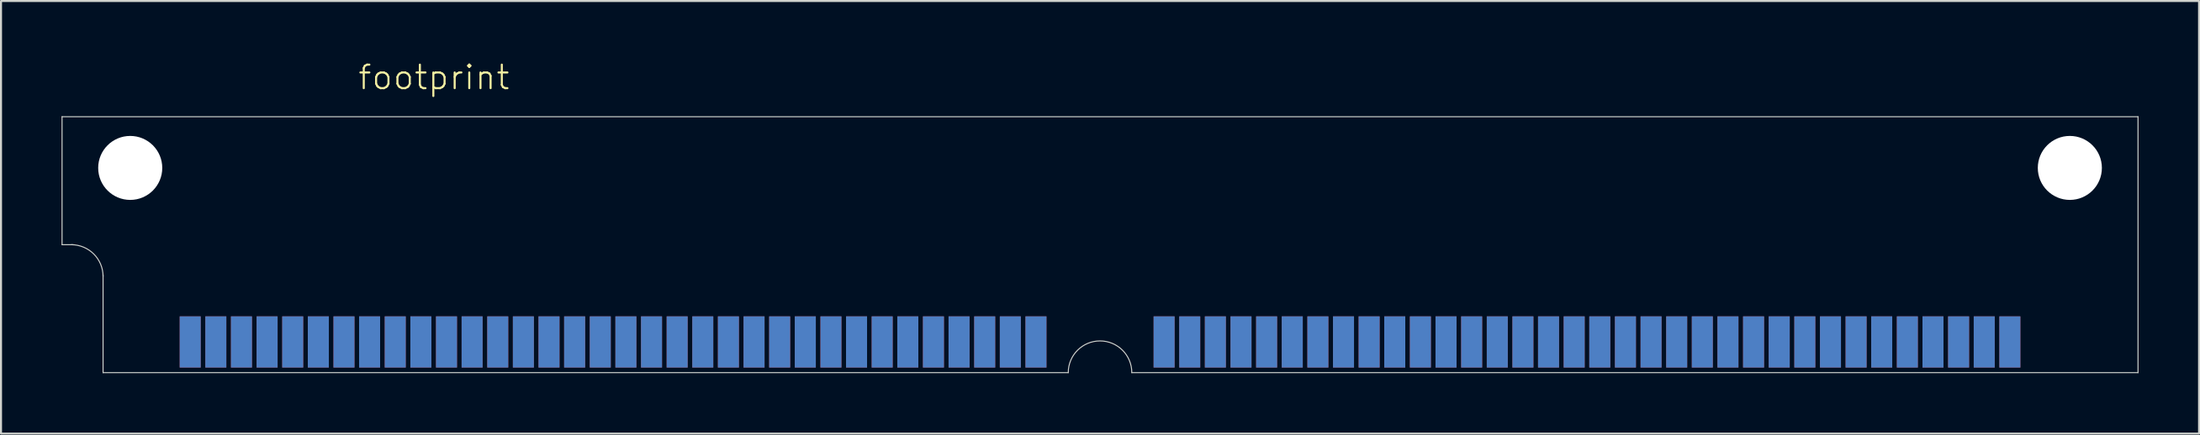
<source format=kicad_pcb>
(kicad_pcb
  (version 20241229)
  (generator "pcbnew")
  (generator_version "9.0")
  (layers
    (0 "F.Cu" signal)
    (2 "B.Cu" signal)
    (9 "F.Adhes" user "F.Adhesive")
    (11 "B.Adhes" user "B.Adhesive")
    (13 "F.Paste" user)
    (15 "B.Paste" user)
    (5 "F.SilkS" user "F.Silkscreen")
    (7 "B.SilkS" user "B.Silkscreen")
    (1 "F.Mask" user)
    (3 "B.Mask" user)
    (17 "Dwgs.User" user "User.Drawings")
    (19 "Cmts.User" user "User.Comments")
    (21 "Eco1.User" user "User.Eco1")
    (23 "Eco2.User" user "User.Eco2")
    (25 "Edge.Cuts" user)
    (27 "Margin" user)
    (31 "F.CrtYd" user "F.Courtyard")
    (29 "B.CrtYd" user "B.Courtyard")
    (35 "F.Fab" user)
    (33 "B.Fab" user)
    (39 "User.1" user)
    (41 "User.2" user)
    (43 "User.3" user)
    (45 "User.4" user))
  (footprint "footprint"
    (layer "F.Cu")
    (at 51.46 5.283)
    (property "Reference" "footprint" (at -36.83 -3.81 0) (layer "F.SilkS") (effects (font (size 1.168 1.168) (thickness 0.102)) (justify left bottom)))
    (fp_line (start -51.435 -2.54) (end 51.435 -2.54) (stroke (width 0.05) (type solid)) (layer "Edge.Cuts"))
    (fp_line (start -51.435 3.81) (end -51.435 -2.54) (stroke (width 0.05) (type solid)) (layer "Edge.Cuts"))
    (fp_line (start -51.435 3.81) (end -50.876 3.81) (stroke (width 0.05) (type solid)) (layer "Edge.Cuts"))
    (fp_line (start -49.403 10.16) (end -49.403 5.309) (stroke (width 0.05) (type solid)) (layer "Edge.Cuts"))
    (fp_line (start -1.575 10.16) (end -49.403 10.16) (stroke (width 0.05) (type solid)) (layer "Edge.Cuts"))
    (fp_line (start 51.435 -2.54) (end 51.435 10.16) (stroke (width 0.05) (type solid)) (layer "Edge.Cuts"))
    (fp_line (start 51.435 10.16) (end 1.575 10.16) (stroke (width 0.05) (type solid)) (layer "Edge.Cuts"))
    (fp_arc (start -50.9778 3.81) (mid -49.864248 4.271248) (end -49.403 5.3848) (stroke (width 0.05) (type solid)) (layer "Edge.Cuts"))
    (fp_arc (start -1.5748 10.16) (mid 0 8.5852) (end 1.5748 10.16) (stroke (width 0.05) (type solid)) (layer "Edge.Cuts"))
    (pad "" np_thru_hole circle (at -48.057 0) (size 3.175 3.175) (drill 3.175) (layers "*.Cu" "*.Mask"))
    (pad "" np_thru_hole circle (at 48.057 0) (size 3.175 3.175) (drill 3.175) (layers "*.Cu" "*.Mask"))
    (pad "1" smd rect (at -45.085 8.636) (size 1.041 2.54) (layers "F.Cu" "F.Mask" "F.Paste"))
    (pad "2" smd rect (at -43.815 8.636) (size 1.041 2.54) (layers "F.Cu" "F.Mask" "F.Paste"))
    (pad "3" smd rect (at -42.545 8.636) (size 1.041 2.54) (layers "F.Cu" "F.Mask" "F.Paste"))
    (pad "4" smd rect (at -41.275 8.636) (size 1.041 2.54) (layers "F.Cu" "F.Mask" "F.Paste"))
    (pad "5" smd rect (at -40.005 8.636) (size 1.041 2.54) (layers "F.Cu" "F.Mask" "F.Paste"))
    (pad "6" smd rect (at -38.735 8.636) (size 1.041 2.54) (layers "F.Cu" "F.Mask" "F.Paste"))
    (pad "7" smd rect (at -37.465 8.636) (size 1.041 2.54) (layers "F.Cu" "F.Mask" "F.Paste"))
    (pad "8" smd rect (at -36.195 8.636) (size 1.041 2.54) (layers "F.Cu" "F.Mask" "F.Paste"))
    (pad "9" smd rect (at -34.925 8.636) (size 1.041 2.54) (layers "F.Cu" "F.Mask" "F.Paste"))
    (pad "10" smd rect (at -33.655 8.636) (size 1.041 2.54) (layers "F.Cu" "F.Mask" "F.Paste"))
    (pad "11" smd rect (at -32.385 8.636) (size 1.041 2.54) (layers "F.Cu" "F.Mask" "F.Paste"))
    (pad "12" smd rect (at -31.115 8.636) (size 1.041 2.54) (layers "F.Cu" "F.Mask" "F.Paste"))
    (pad "13" smd rect (at -29.845 8.636) (size 1.041 2.54) (layers "F.Cu" "F.Mask" "F.Paste"))
    (pad "14" smd rect (at -28.575 8.636) (size 1.041 2.54) (layers "F.Cu" "F.Mask" "F.Paste"))
    (pad "15" smd rect (at -27.305 8.636) (size 1.041 2.54) (layers "F.Cu" "F.Mask" "F.Paste"))
    (pad "16" smd rect (at -26.035 8.636) (size 1.041 2.54) (layers "F.Cu" "F.Mask" "F.Paste"))
    (pad "17" smd rect (at -24.765 8.636) (size 1.041 2.54) (layers "F.Cu" "F.Mask" "F.Paste"))
    (pad "18" smd rect (at -23.495 8.636) (size 1.041 2.54) (layers "F.Cu" "F.Mask" "F.Paste"))
    (pad "19" smd rect (at -22.225 8.636) (size 1.041 2.54) (layers "F.Cu" "F.Mask" "F.Paste"))
    (pad "20" smd rect (at -20.955 8.636) (size 1.041 2.54) (layers "F.Cu" "F.Mask" "F.Paste"))
    (pad "21" smd rect (at -19.685 8.636) (size 1.041 2.54) (layers "F.Cu" "F.Mask" "F.Paste"))
    (pad "22" smd rect (at -18.415 8.636) (size 1.041 2.54) (layers "F.Cu" "F.Mask" "F.Paste"))
    (pad "23" smd rect (at -17.145 8.636) (size 1.041 2.54) (layers "F.Cu" "F.Mask" "F.Paste"))
    (pad "24" smd rect (at -15.875 8.636) (size 1.041 2.54) (layers "F.Cu" "F.Mask" "F.Paste"))
    (pad "25" smd rect (at -14.605 8.636) (size 1.041 2.54) (layers "F.Cu" "F.Mask" "F.Paste"))
    (pad "26" smd rect (at -13.335 8.636) (size 1.041 2.54) (layers "F.Cu" "F.Mask" "F.Paste"))
    (pad "27" smd rect (at -12.065 8.636) (size 1.041 2.54) (layers "F.Cu" "F.Mask" "F.Paste"))
    (pad "28" smd rect (at -10.795 8.636) (size 1.041 2.54) (layers "F.Cu" "F.Mask" "F.Paste"))
    (pad "29" smd rect (at -9.525 8.636) (size 1.041 2.54) (layers "F.Cu" "F.Mask" "F.Paste"))
    (pad "30" smd rect (at -8.255 8.636) (size 1.041 2.54) (layers "F.Cu" "F.Mask" "F.Paste"))
    (pad "31" smd rect (at -6.985 8.636) (size 1.041 2.54) (layers "F.Cu" "F.Mask" "F.Paste"))
    (pad "32" smd rect (at -5.715 8.636) (size 1.041 2.54) (layers "F.Cu" "F.Mask" "F.Paste"))
    (pad "33" smd rect (at -4.445 8.636) (size 1.041 2.54) (layers "F.Cu" "F.Mask" "F.Paste"))
    (pad "34" smd rect (at -3.175 8.636) (size 1.041 2.54) (layers "F.Cu" "F.Mask" "F.Paste"))
    (pad "35" smd rect (at 3.175 8.636) (size 1.041 2.54) (layers "F.Cu" "F.Mask" "F.Paste"))
    (pad "36" smd rect (at 4.445 8.636) (size 1.041 2.54) (layers "F.Cu" "F.Mask" "F.Paste"))
    (pad "37" smd rect (at 5.715 8.636) (size 1.041 2.54) (layers "F.Cu" "F.Mask" "F.Paste"))
    (pad "38" smd rect (at 6.985 8.636) (size 1.041 2.54) (layers "F.Cu" "F.Mask" "F.Paste"))
    (pad "39" smd rect (at 8.255 8.636) (size 1.041 2.54) (layers "F.Cu" "F.Mask" "F.Paste"))
    (pad "40" smd rect (at 9.525 8.636) (size 1.041 2.54) (layers "F.Cu" "F.Mask" "F.Paste"))
    (pad "41" smd rect (at 10.795 8.636) (size 1.041 2.54) (layers "F.Cu" "F.Mask" "F.Paste"))
    (pad "42" smd rect (at 12.065 8.636) (size 1.041 2.54) (layers "F.Cu" "F.Mask" "F.Paste"))
    (pad "43" smd rect (at 13.335 8.636) (size 1.041 2.54) (layers "F.Cu" "F.Mask" "F.Paste"))
    (pad "44" smd rect (at 14.605 8.636) (size 1.041 2.54) (layers "F.Cu" "F.Mask" "F.Paste"))
    (pad "45" smd rect (at 15.875 8.636) (size 1.041 2.54) (layers "F.Cu" "F.Mask" "F.Paste"))
    (pad "46" smd rect (at 17.145 8.636) (size 1.041 2.54) (layers "F.Cu" "F.Mask" "F.Paste"))
    (pad "47" smd rect (at 18.415 8.636) (size 1.041 2.54) (layers "F.Cu" "F.Mask" "F.Paste"))
    (pad "48" smd rect (at 19.685 8.636) (size 1.041 2.54) (layers "F.Cu" "F.Mask" "F.Paste"))
    (pad "49" smd rect (at 20.955 8.636) (size 1.041 2.54) (layers "F.Cu" "F.Mask" "F.Paste"))
    (pad "50" smd rect (at 22.225 8.636) (size 1.041 2.54) (layers "F.Cu" "F.Mask" "F.Paste"))
    (pad "51" smd rect (at 23.495 8.636) (size 1.041 2.54) (layers "F.Cu" "F.Mask" "F.Paste"))
    (pad "52" smd rect (at 24.765 8.636) (size 1.041 2.54) (layers "F.Cu" "F.Mask" "F.Paste"))
    (pad "53" smd rect (at 26.035 8.636) (size 1.041 2.54) (layers "F.Cu" "F.Mask" "F.Paste"))
    (pad "54" smd rect (at 27.305 8.636) (size 1.041 2.54) (layers "F.Cu" "F.Mask" "F.Paste"))
    (pad "55" smd rect (at 28.575 8.636) (size 1.041 2.54) (layers "F.Cu" "F.Mask" "F.Paste"))
    (pad "56" smd rect (at 29.845 8.636) (size 1.041 2.54) (layers "F.Cu" "F.Mask" "F.Paste"))
    (pad "57" smd rect (at 31.115 8.636) (size 1.041 2.54) (layers "F.Cu" "F.Mask" "F.Paste"))
    (pad "58" smd rect (at 32.385 8.636) (size 1.041 2.54) (layers "F.Cu" "F.Mask" "F.Paste"))
    (pad "59" smd rect (at 33.655 8.636) (size 1.041 2.54) (layers "F.Cu" "F.Mask" "F.Paste"))
    (pad "60" smd rect (at 34.925 8.636) (size 1.041 2.54) (layers "F.Cu" "F.Mask" "F.Paste"))
    (pad "61" smd rect (at 36.195 8.636) (size 1.041 2.54) (layers "F.Cu" "F.Mask" "F.Paste"))
    (pad "62" smd rect (at 37.465 8.636) (size 1.041 2.54) (layers "F.Cu" "F.Mask" "F.Paste"))
    (pad "63" smd rect (at 38.735 8.636) (size 1.041 2.54) (layers "F.Cu" "F.Mask" "F.Paste"))
    (pad "64" smd rect (at 40.005 8.636) (size 1.041 2.54) (layers "F.Cu" "F.Mask" "F.Paste"))
    (pad "65" smd rect (at 41.275 8.636) (size 1.041 2.54) (layers "F.Cu" "F.Mask" "F.Paste"))
    (pad "66" smd rect (at 42.545 8.636) (size 1.041 2.54) (layers "F.Cu" "F.Mask" "F.Paste"))
    (pad "67" smd rect (at 43.815 8.636) (size 1.041 2.54) (layers "F.Cu" "F.Mask" "F.Paste"))
    (pad "68" smd rect (at 45.085 8.636) (size 1.041 2.54) (layers "F.Cu" "F.Mask" "F.Paste"))
    (pad "69" smd rect (at -45.085 8.636) (size 1.041 2.54) (layers "B.Cu" "B.Mask" "B.Paste"))
    (pad "70" smd rect (at -43.815 8.636) (size 1.041 2.54) (layers "B.Cu" "B.Mask" "B.Paste"))
    (pad "71" smd rect (at -42.545 8.636) (size 1.041 2.54) (layers "B.Cu" "B.Mask" "B.Paste"))
    (pad "72" smd rect (at -41.275 8.636) (size 1.041 2.54) (layers "B.Cu" "B.Mask" "B.Paste"))
    (pad "73" smd rect (at -40.005 8.636) (size 1.041 2.54) (layers "B.Cu" "B.Mask" "B.Paste"))
    (pad "74" smd rect (at -38.735 8.636) (size 1.041 2.54) (layers "B.Cu" "B.Mask" "B.Paste"))
    (pad "75" smd rect (at -37.465 8.636) (size 1.041 2.54) (layers "B.Cu" "B.Mask" "B.Paste"))
    (pad "76" smd rect (at -36.195 8.636) (size 1.041 2.54) (layers "B.Cu" "B.Mask" "B.Paste"))
    (pad "77" smd rect (at -34.925 8.636) (size 1.041 2.54) (layers "B.Cu" "B.Mask" "B.Paste"))
    (pad "78" smd rect (at -33.655 8.636) (size 1.041 2.54) (layers "B.Cu" "B.Mask" "B.Paste"))
    (pad "79" smd rect (at -32.385 8.636) (size 1.041 2.54) (layers "B.Cu" "B.Mask" "B.Paste"))
    (pad "80" smd rect (at -31.115 8.636) (size 1.041 2.54) (layers "B.Cu" "B.Mask" "B.Paste"))
    (pad "81" smd rect (at -29.845 8.636) (size 1.041 2.54) (layers "B.Cu" "B.Mask" "B.Paste"))
    (pad "82" smd rect (at -28.575 8.636) (size 1.041 2.54) (layers "B.Cu" "B.Mask" "B.Paste"))
    (pad "83" smd rect (at -27.305 8.636) (size 1.041 2.54) (layers "B.Cu" "B.Mask" "B.Paste"))
    (pad "84" smd rect (at -26.035 8.636) (size 1.041 2.54) (layers "B.Cu" "B.Mask" "B.Paste"))
    (pad "85" smd rect (at -24.765 8.636) (size 1.041 2.54) (layers "B.Cu" "B.Mask" "B.Paste"))
    (pad "86" smd rect (at -23.495 8.636) (size 1.041 2.54) (layers "B.Cu" "B.Mask" "B.Paste"))
    (pad "87" smd rect (at -22.225 8.636) (size 1.041 2.54) (layers "B.Cu" "B.Mask" "B.Paste"))
    (pad "88" smd rect (at -20.955 8.636) (size 1.041 2.54) (layers "B.Cu" "B.Mask" "B.Paste"))
    (pad "89" smd rect (at -19.685 8.636) (size 1.041 2.54) (layers "B.Cu" "B.Mask" "B.Paste"))
    (pad "90" smd rect (at -18.415 8.636) (size 1.041 2.54) (layers "B.Cu" "B.Mask" "B.Paste"))
    (pad "91" smd rect (at -17.145 8.636) (size 1.041 2.54) (layers "B.Cu" "B.Mask" "B.Paste"))
    (pad "92" smd rect (at -15.875 8.636) (size 1.041 2.54) (layers "B.Cu" "B.Mask" "B.Paste"))
    (pad "93" smd rect (at -14.605 8.636) (size 1.041 2.54) (layers "B.Cu" "B.Mask" "B.Paste"))
    (pad "94" smd rect (at -13.335 8.636) (size 1.041 2.54) (layers "B.Cu" "B.Mask" "B.Paste"))
    (pad "95" smd rect (at -12.065 8.636) (size 1.041 2.54) (layers "B.Cu" "B.Mask" "B.Paste"))
    (pad "96" smd rect (at -10.795 8.636) (size 1.041 2.54) (layers "B.Cu" "B.Mask" "B.Paste"))
    (pad "97" smd rect (at -9.525 8.636) (size 1.041 2.54) (layers "B.Cu" "B.Mask" "B.Paste"))
    (pad "98" smd rect (at -8.255 8.636) (size 1.041 2.54) (layers "B.Cu" "B.Mask" "B.Paste"))
    (pad "99" smd rect (at -6.985 8.636) (size 1.041 2.54) (layers "B.Cu" "B.Mask" "B.Paste"))
    (pad "100" smd rect (at -5.715 8.636) (size 1.041 2.54) (layers "B.Cu" "B.Mask" "B.Paste"))
    (pad "101" smd rect (at -4.445 8.636) (size 1.041 2.54) (layers "B.Cu" "B.Mask" "B.Paste"))
    (pad "102" smd rect (at -3.175 8.636) (size 1.041 2.54) (layers "B.Cu" "B.Mask" "B.Paste"))
    (pad "103" smd rect (at 3.175 8.636) (size 1.041 2.54) (layers "B.Cu" "B.Mask" "B.Paste"))
    (pad "104" smd rect (at 4.445 8.636) (size 1.041 2.54) (layers "B.Cu" "B.Mask" "B.Paste"))
    (pad "105" smd rect (at 5.715 8.636) (size 1.041 2.54) (layers "B.Cu" "B.Mask" "B.Paste"))
    (pad "106" smd rect (at 6.985 8.636) (size 1.041 2.54) (layers "B.Cu" "B.Mask" "B.Paste"))
    (pad "107" smd rect (at 8.255 8.636) (size 1.041 2.54) (layers "B.Cu" "B.Mask" "B.Paste"))
    (pad "108" smd rect (at 9.525 8.636) (size 1.041 2.54) (layers "B.Cu" "B.Mask" "B.Paste"))
    (pad "109" smd rect (at 10.795 8.636) (size 1.041 2.54) (layers "B.Cu" "B.Mask" "B.Paste"))
    (pad "110" smd rect (at 12.065 8.636) (size 1.041 2.54) (layers "B.Cu" "B.Mask" "B.Paste"))
    (pad "111" smd rect (at 13.335 8.636) (size 1.041 2.54) (layers "B.Cu" "B.Mask" "B.Paste"))
    (pad "112" smd rect (at 14.605 8.636) (size 1.041 2.54) (layers "B.Cu" "B.Mask" "B.Paste"))
    (pad "113" smd rect (at 15.875 8.636) (size 1.041 2.54) (layers "B.Cu" "B.Mask" "B.Paste"))
    (pad "114" smd rect (at 17.145 8.636) (size 1.041 2.54) (layers "B.Cu" "B.Mask" "B.Paste"))
    (pad "115" smd rect (at 18.415 8.636) (size 1.041 2.54) (layers "B.Cu" "B.Mask" "B.Paste"))
    (pad "116" smd rect (at 19.685 8.636) (size 1.041 2.54) (layers "B.Cu" "B.Mask" "B.Paste"))
    (pad "117" smd rect (at 20.955 8.636) (size 1.041 2.54) (layers "B.Cu" "B.Mask" "B.Paste"))
    (pad "118" smd rect (at 22.225 8.636) (size 1.041 2.54) (layers "B.Cu" "B.Mask" "B.Paste"))
    (pad "119" smd rect (at 23.495 8.636) (size 1.041 2.54) (layers "B.Cu" "B.Mask" "B.Paste"))
    (pad "120" smd rect (at 24.765 8.636) (size 1.041 2.54) (layers "B.Cu" "B.Mask" "B.Paste"))
    (pad "121" smd rect (at 26.035 8.636) (size 1.041 2.54) (layers "B.Cu" "B.Mask" "B.Paste"))
    (pad "122" smd rect (at 27.305 8.636) (size 1.041 2.54) (layers "B.Cu" "B.Mask" "B.Paste"))
    (pad "123" smd rect (at 28.575 8.636) (size 1.041 2.54) (layers "B.Cu" "B.Mask" "B.Paste"))
    (pad "124" smd rect (at 29.845 8.636) (size 1.041 2.54) (layers "B.Cu" "B.Mask" "B.Paste"))
    (pad "125" smd rect (at 31.115 8.636) (size 1.041 2.54) (layers "B.Cu" "B.Mask" "B.Paste"))
    (pad "126" smd rect (at 32.385 8.636) (size 1.041 2.54) (layers "B.Cu" "B.Mask" "B.Paste"))
    (pad "127" smd rect (at 33.655 8.636) (size 1.041 2.54) (layers "B.Cu" "B.Mask" "B.Paste"))
    (pad "128" smd rect (at 34.925 8.636) (size 1.041 2.54) (layers "B.Cu" "B.Mask" "B.Paste"))
    (pad "129" smd rect (at 36.195 8.636) (size 1.041 2.54) (layers "B.Cu" "B.Mask" "B.Paste"))
    (pad "130" smd rect (at 37.465 8.636) (size 1.041 2.54) (layers "B.Cu" "B.Mask" "B.Paste"))
    (pad "131" smd rect (at 38.735 8.636) (size 1.041 2.54) (layers "B.Cu" "B.Mask" "B.Paste"))
    (pad "132" smd rect (at 40.005 8.636) (size 1.041 2.54) (layers "B.Cu" "B.Mask" "B.Paste"))
    (pad "133" smd rect (at 41.275 8.636) (size 1.041 2.54) (layers "B.Cu" "B.Mask" "B.Paste"))
    (pad "134" smd rect (at 42.545 8.636) (size 1.041 2.54) (layers "B.Cu" "B.Mask" "B.Paste"))
    (pad "135" smd rect (at 43.815 8.636) (size 1.041 2.54) (layers "B.Cu" "B.Mask" "B.Paste"))
    (pad "136" smd rect (at 45.085 8.636) (size 1.041 2.54) (layers "B.Cu" "B.Mask" "B.Paste")))
  (gr_rect
    (start -3 -3)
    (end 105.92 18.468)
    (stroke (width 0.1) (type default))
    (fill no)
    (layer "Edge.Cuts")))
</source>
